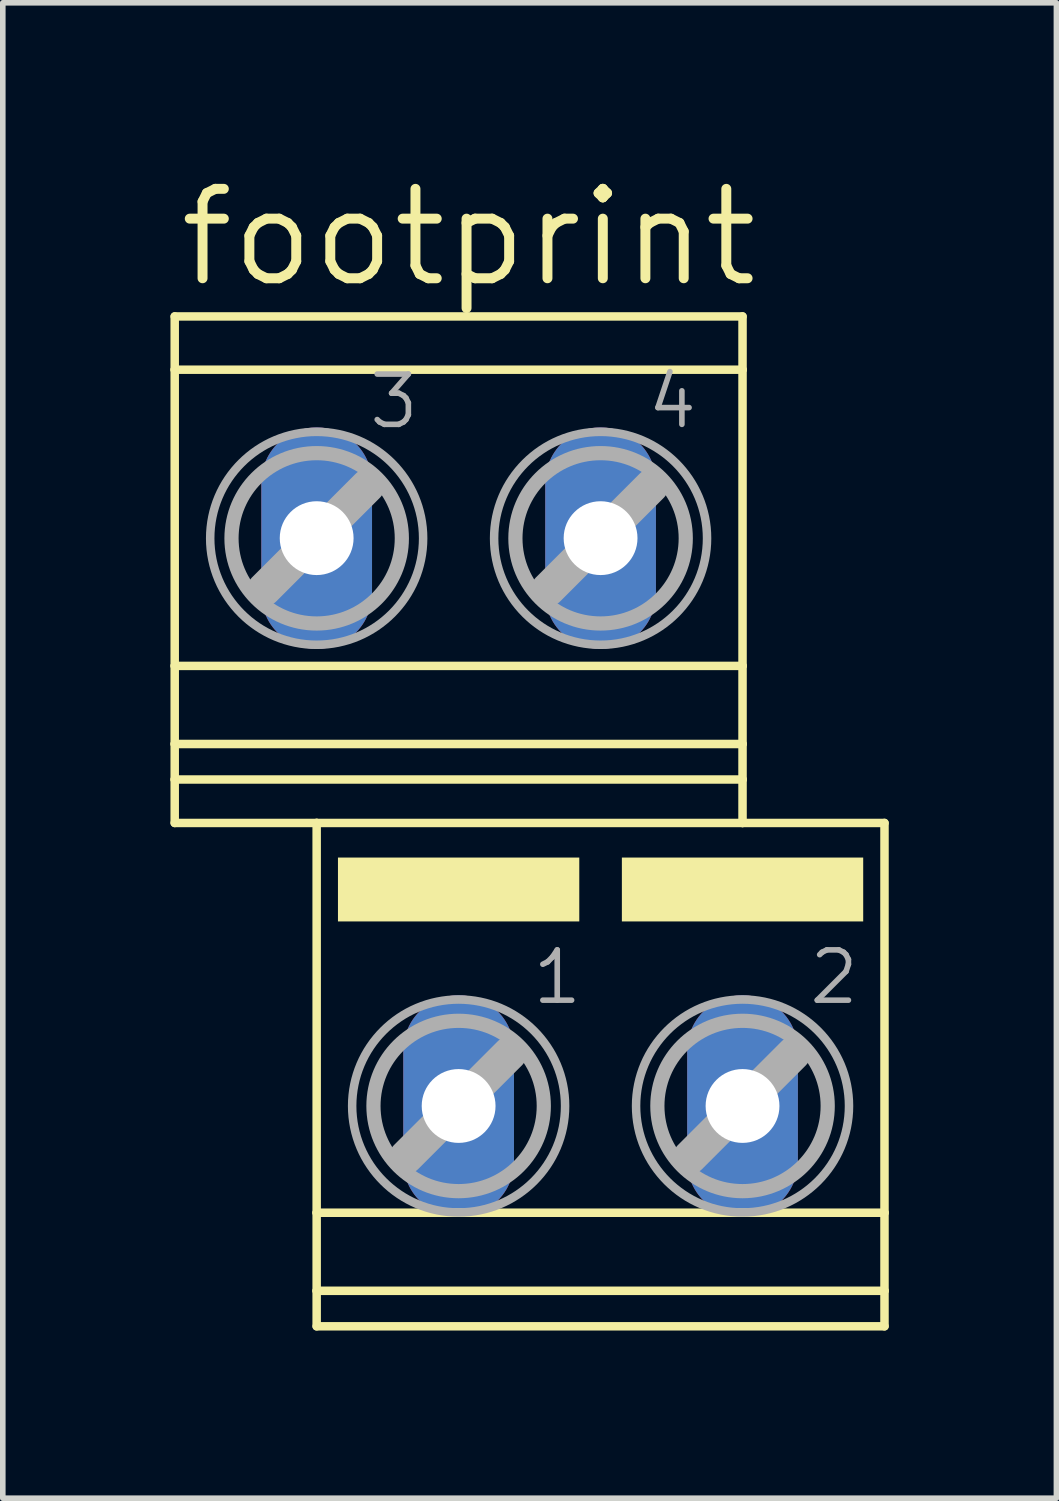
<source format=kicad_pcb>
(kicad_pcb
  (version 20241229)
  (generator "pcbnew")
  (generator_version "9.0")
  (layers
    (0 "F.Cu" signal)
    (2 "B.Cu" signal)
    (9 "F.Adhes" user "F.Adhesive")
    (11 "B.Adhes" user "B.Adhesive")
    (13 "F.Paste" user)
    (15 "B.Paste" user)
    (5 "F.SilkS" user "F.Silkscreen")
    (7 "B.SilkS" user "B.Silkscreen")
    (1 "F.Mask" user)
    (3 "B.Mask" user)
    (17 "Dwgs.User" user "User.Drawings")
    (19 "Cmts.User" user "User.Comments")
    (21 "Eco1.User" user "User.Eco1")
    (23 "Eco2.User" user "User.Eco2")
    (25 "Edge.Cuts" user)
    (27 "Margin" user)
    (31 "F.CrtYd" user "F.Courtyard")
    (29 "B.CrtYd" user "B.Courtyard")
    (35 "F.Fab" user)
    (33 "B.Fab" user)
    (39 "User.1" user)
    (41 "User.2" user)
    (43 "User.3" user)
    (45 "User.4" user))
  (footprint "footprint"
    (layer "F.Cu")
    (at 6.426 11.659)
    (property "Reference" "footprint" (at -6.35 -9.525 0) (layer "F.SilkS") (effects (font (size 1.6 1.6) (thickness 0.178)) (justify left bottom)))
    (fp_line (start -6.35 -9.047) (end -6.35 -8.094) (stroke (width 0.152) (type solid)) (layer "F.SilkS"))
    (fp_line (start -6.35 -9.047) (end 3.81 -9.047) (stroke (width 0.152) (type solid)) (layer "F.SilkS"))
    (fp_line (start -6.35 -8.094) (end -6.35 -2.794) (stroke (width 0.152) (type solid)) (layer "F.SilkS"))
    (fp_line (start -6.35 -8.094) (end 3.81 -8.094) (stroke (width 0.152) (type solid)) (layer "F.SilkS"))
    (fp_line (start -6.35 -2.794) (end -6.35 -1.397) (stroke (width 0.152) (type solid)) (layer "F.SilkS"))
    (fp_line (start -6.35 -2.794) (end 3.81 -2.794) (stroke (width 0.152) (type solid)) (layer "F.SilkS"))
    (fp_line (start -6.35 -1.397) (end -6.35 -0.762) (stroke (width 0.152) (type solid)) (layer "F.SilkS"))
    (fp_line (start -6.35 -1.397) (end 3.81 -1.397) (stroke (width 0.152) (type solid)) (layer "F.SilkS"))
    (fp_line (start -6.35 -0.762) (end -6.35 0.016) (stroke (width 0.152) (type solid)) (layer "F.SilkS"))
    (fp_line (start -6.35 -0.762) (end 3.81 -0.762) (stroke (width 0.152) (type solid)) (layer "F.SilkS"))
    (fp_line (start -6.35 0.016) (end -3.81 0.016) (stroke (width 0.152) (type solid)) (layer "F.SilkS"))
    (fp_line (start -3.81 0.016) (end -3.81 6.99) (stroke (width 0.152) (type solid)) (layer "F.SilkS"))
    (fp_line (start -3.81 0.016) (end 3.81 0.016) (stroke (width 0.152) (type solid)) (layer "F.SilkS"))
    (fp_line (start -3.81 6.99) (end -3.81 8.387) (stroke (width 0.152) (type solid)) (layer "F.SilkS"))
    (fp_line (start -3.81 6.99) (end 6.35 6.99) (stroke (width 0.152) (type solid)) (layer "F.SilkS"))
    (fp_line (start -3.81 8.387) (end -3.81 9.022) (stroke (width 0.152) (type solid)) (layer "F.SilkS"))
    (fp_line (start -3.81 8.387) (end 6.35 8.387) (stroke (width 0.152) (type solid)) (layer "F.SilkS"))
    (fp_line (start -3.81 9.022) (end 6.35 9.022) (stroke (width 0.152) (type solid)) (layer "F.SilkS"))
    (fp_line (start 3.81 -9.047) (end 3.81 -8.094) (stroke (width 0.152) (type solid)) (layer "F.SilkS"))
    (fp_line (start 3.81 -8.094) (end 3.81 -2.794) (stroke (width 0.152) (type solid)) (layer "F.SilkS"))
    (fp_line (start 3.81 -2.794) (end 3.81 -1.397) (stroke (width 0.152) (type solid)) (layer "F.SilkS"))
    (fp_line (start 3.81 -1.397) (end 3.81 -0.762) (stroke (width 0.152) (type solid)) (layer "F.SilkS"))
    (fp_line (start 3.81 -0.762) (end 3.81 0.016) (stroke (width 0.152) (type solid)) (layer "F.SilkS"))
    (fp_line (start 6.35 0.016) (end 3.81 0.016) (stroke (width 0.152) (type solid)) (layer "F.SilkS"))
    (fp_line (start 6.35 0.016) (end 6.35 6.99) (stroke (width 0.152) (type solid)) (layer "F.SilkS"))
    (fp_line (start 6.35 6.99) (end 6.35 8.387) (stroke (width 0.152) (type solid)) (layer "F.SilkS"))
    (fp_line (start 6.35 8.387) (end 6.35 9.022) (stroke (width 0.152) (type solid)) (layer "F.SilkS"))
    (fp_poly (pts (xy -3.429 1.778) (xy 0.889 1.778) (xy 0.889 0.635) (xy -3.429 0.635)) (stroke (width 0) (type solid)) (fill yes) (layer "F.SilkS"))
    (fp_poly (pts (xy 1.651 1.778) (xy 5.969 1.778) (xy 5.969 0.635) (xy 1.651 0.635)) (stroke (width 0) (type solid)) (fill yes) (layer "F.SilkS"))
    (fp_line (start -4.75 -4.163) (end -2.896 -6.017) (stroke (width 0.61) (type solid)) (layer "F.Fab"))
    (fp_line (start -2.21 5.994) (end -0.356 4.14) (stroke (width 0.61) (type solid)) (layer "F.Fab"))
    (fp_line (start 0.33 -4.163) (end 2.184 -6.017) (stroke (width 0.61) (type solid)) (layer "F.Fab"))
    (fp_line (start 2.87 5.994) (end 4.724 4.14) (stroke (width 0.61) (type solid)) (layer "F.Fab"))
    (fp_circle (center -3.81 -5.077) (end -2.286 -5.077) (stroke (width 0.254) (type solid)) (fill no) (layer "F.Fab"))
    (fp_circle (center -3.81 -5.077) (end -1.905 -5.077) (stroke (width 0.152) (type solid)) (fill no) (layer "F.Fab"))
    (fp_circle (center -1.27 5.08) (end 0.254 5.08) (stroke (width 0.254) (type solid)) (fill no) (layer "F.Fab"))
    (fp_circle (center -1.27 5.08) (end 0.635 5.08) (stroke (width 0.152) (type solid)) (fill no) (layer "F.Fab"))
    (fp_circle (center 1.27 -5.077) (end 2.794 -5.077) (stroke (width 0.254) (type solid)) (fill no) (layer "F.Fab"))
    (fp_circle (center 1.27 -5.077) (end 3.175 -5.077) (stroke (width 0.152) (type solid)) (fill no) (layer "F.Fab"))
    (fp_circle (center 3.81 5.08) (end 5.334 5.08) (stroke (width 0.254) (type solid)) (fill no) (layer "F.Fab"))
    (fp_circle (center 3.81 5.08) (end 5.715 5.08) (stroke (width 0.152) (type solid)) (fill no) (layer "F.Fab"))
    (fp_text user "2" (at 4.953 3.302 0) (layer "F.Fab") (effects (font (size 0.9 0.9) (thickness 0.1)) (justify left bottom)))
    (fp_text user "1" (at 0 3.302 0) (layer "F.Fab") (effects (font (size 0.9 0.9) (thickness 0.1)) (justify left bottom)))
    (fp_text user "3" (at -2.921 -7.001 0) (layer "F.Fab") (effects (font (size 0.9 0.9) (thickness 0.1)) (justify left bottom)))
    (fp_text user "4" (at 2.059 -7.001 0) (layer "F.Fab") (effects (font (size 0.9 0.9) (thickness 0.1)) (justify left bottom)))
    (pad "1" thru_hole oval (at -1.27 5.08 90) (size 3.962 1.981) (drill 1.321) (layers "*.Cu" "*.Mask"))
    (pad "2" thru_hole oval (at 3.81 5.08 90) (size 3.962 1.981) (drill 1.321) (layers "*.Cu" "*.Mask"))
    (pad "3" thru_hole oval (at -3.81 -5.08 90) (size 3.962 1.981) (drill 1.321) (layers "*.Cu" "*.Mask"))
    (pad "4" thru_hole oval (at 1.27 -5.08 90) (size 3.962 1.981) (drill 1.321) (layers "*.Cu" "*.Mask")))
  (gr_rect
    (start -3 -3)
    (end 15.852 23.757)
    (stroke (width 0.1) (type default))
    (fill no)
    (layer "Edge.Cuts")))
</source>
